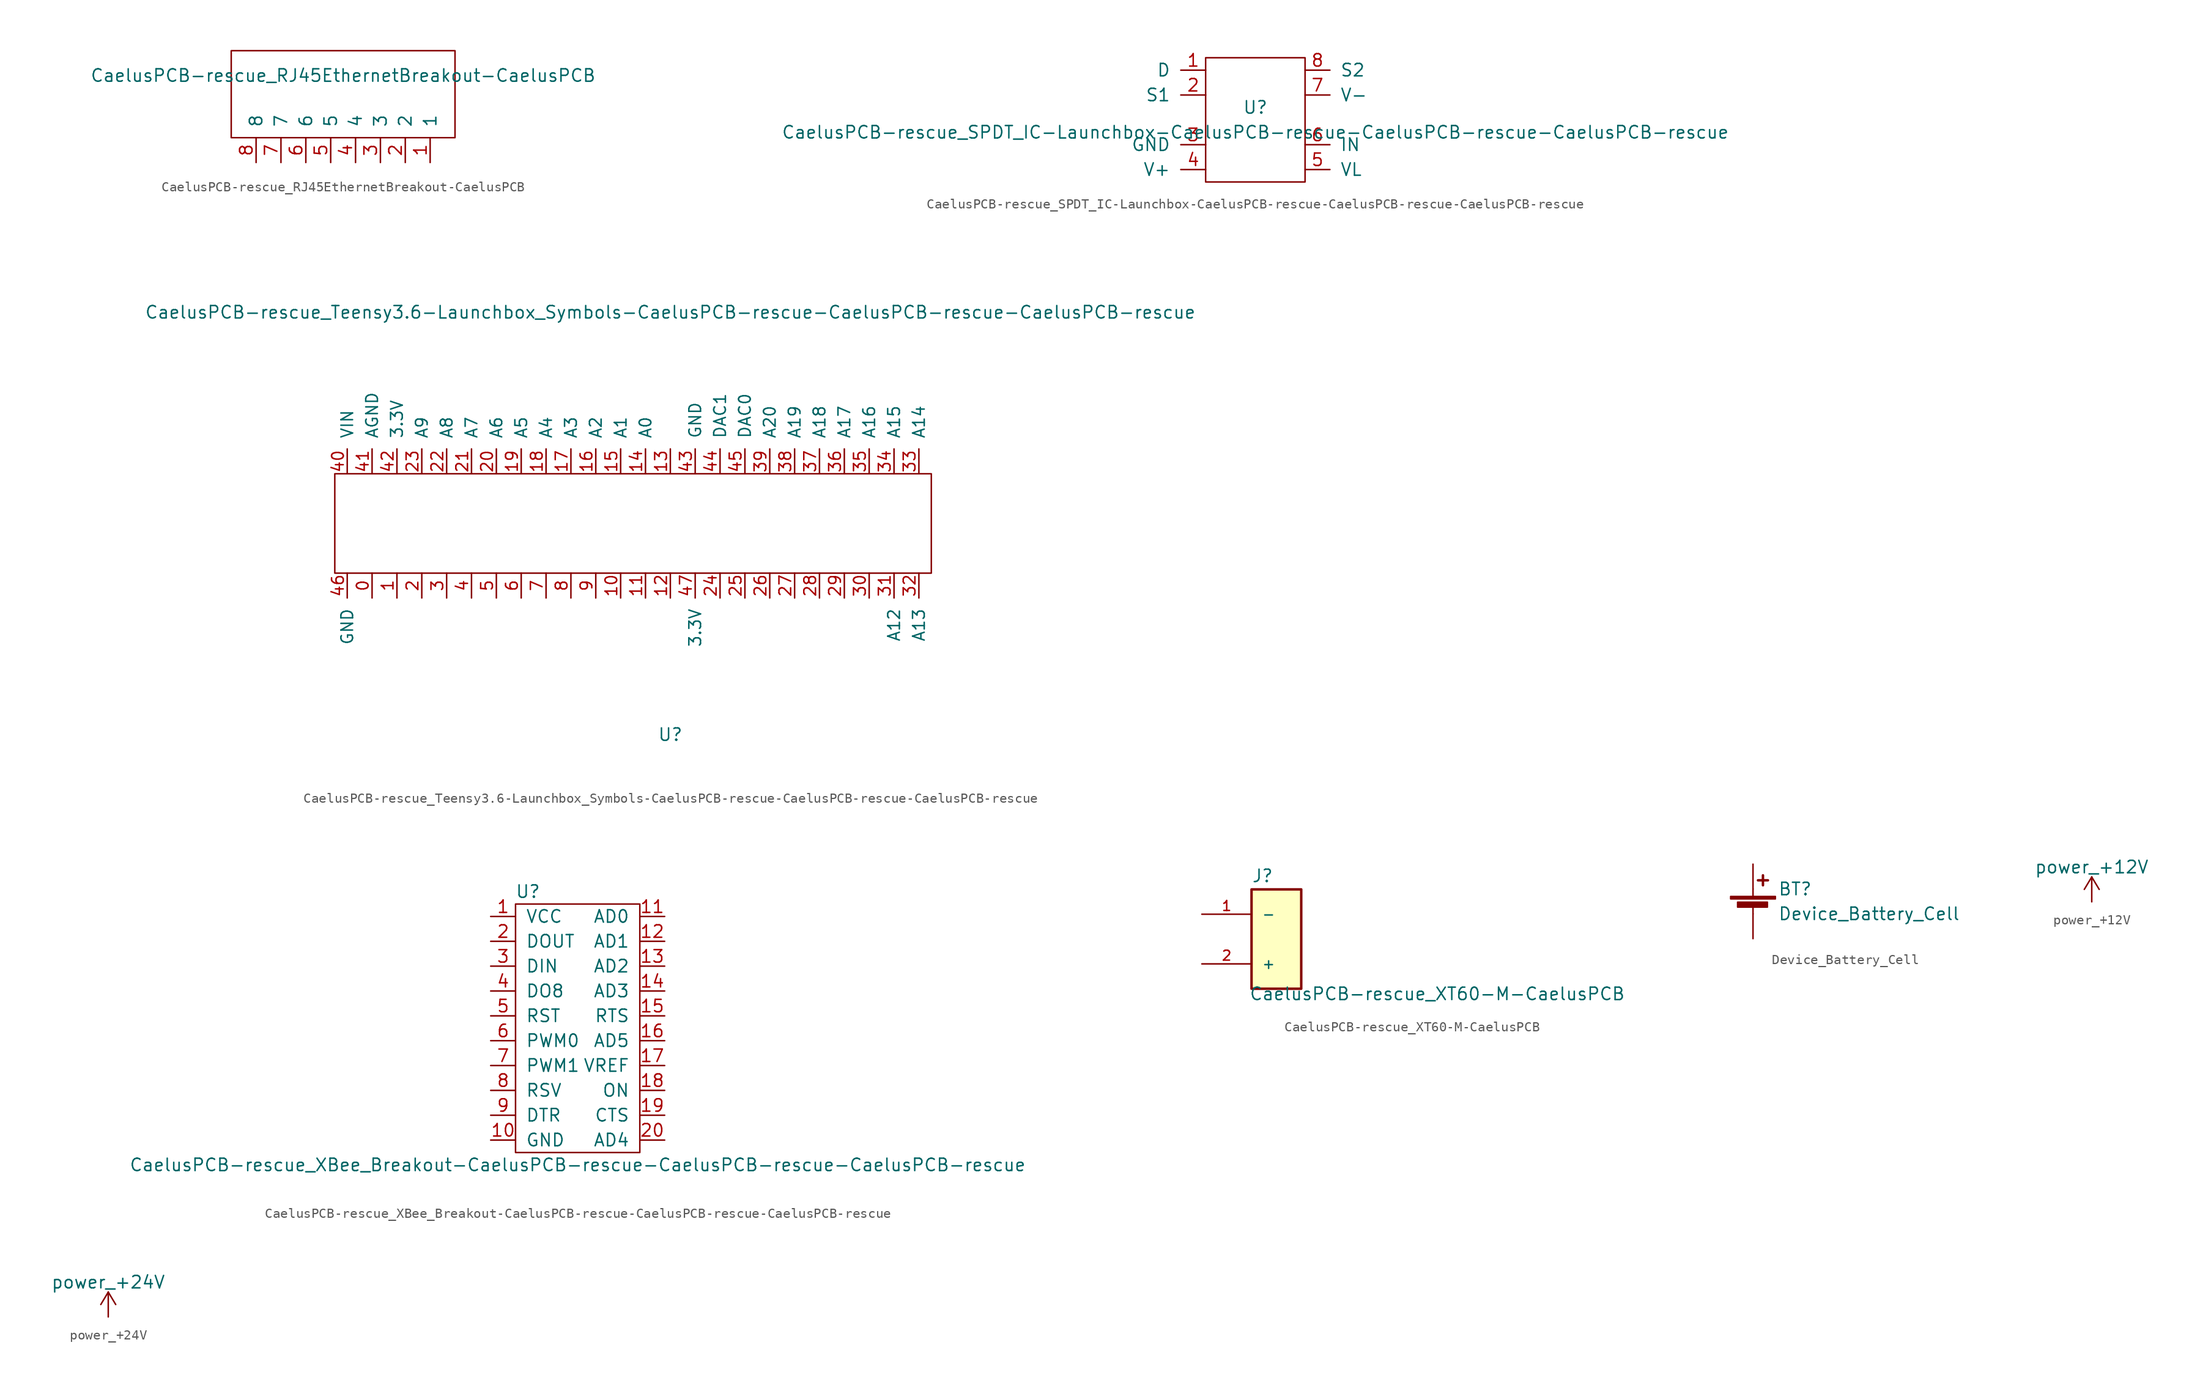
<source format=kicad_sym>
(kicad_symbol_lib
  (version 20211014)
  (generator kicad_symbol_editor)
  (symbol "CaelusPCB-rescue_RJ45EthernetBreakout-CaelusPCB"
    (pin_names
      (offset 1.016))
    (property "Reference" "Ayo"
      (at 0 1.27 0)
      (effects (font (size 1.27 1.27)) hide))
    (property "Value" "CaelusPCB-rescue_RJ45EthernetBreakout-CaelusPCB"
      (at 11.43 -2.54 0)
      (effects (font (size 1.27 1.27))))
    (symbol "CaelusPCB-rescue_RJ45EthernetBreakout-CaelusPCB_0_1"
      (polyline (pts (xy 0 0) (xy 22.86 0) (xy 22.86 -8.89) (xy 0 -8.89) (xy 0 0)) (stroke (width 0) (type default) (color 0 0 0 0)) (fill (type none))))
    (symbol "CaelusPCB-rescue_RJ45EthernetBreakout-CaelusPCB_1_1"
      (pin output line (at 20.32 -11.43 90) (length 2.54) (name "1" (effects (font (size 1.27 1.27)))) (number "1" (effects (font (size 1.27 1.27)))))
      (pin output line (at 17.78 -11.43 90) (length 2.54) (name "2" (effects (font (size 1.27 1.27)))) (number "2" (effects (font (size 1.27 1.27)))))
      (pin output line (at 15.24 -11.43 90) (length 2.54) (name "3" (effects (font (size 1.27 1.27)))) (number "3" (effects (font (size 1.27 1.27)))))
      (pin output line (at 12.7 -11.43 90) (length 2.54) (name "4" (effects (font (size 1.27 1.27)))) (number "4" (effects (font (size 1.27 1.27)))))
      (pin output line (at 10.16 -11.43 90) (length 2.54) (name "5" (effects (font (size 1.27 1.27)))) (number "5" (effects (font (size 1.27 1.27)))))
      (pin output line (at 7.62 -11.43 90) (length 2.54) (name "6" (effects (font (size 1.27 1.27)))) (number "6" (effects (font (size 1.27 1.27)))))
      (pin output line (at 5.08 -11.43 90) (length 2.54) (name "7" (effects (font (size 1.27 1.27)))) (number "7" (effects (font (size 1.27 1.27)))))
      (pin output line (at 2.54 -11.43 90) (length 2.54) (name "8" (effects (font (size 1.27 1.27)))) (number "8" (effects (font (size 1.27 1.27)))))))
  (symbol "CaelusPCB-rescue_SPDT_IC-Launchbox-CaelusPCB-rescue-CaelusPCB-rescue-CaelusPCB-rescue"
    (pin_names
      (offset 1.016))
    (property "Reference" "U"
      (at 0 1.27 0)
      (effects (font (size 1.27 1.27))))
    (property "Value" "CaelusPCB-rescue_SPDT_IC-Launchbox-CaelusPCB-rescue-CaelusPCB-rescue-CaelusPCB-rescue"
      (at 0 -1.27 0)
      (effects (font (size 1.27 1.27))))
    (symbol "CaelusPCB-rescue_SPDT_IC-Launchbox-CaelusPCB-rescue-CaelusPCB-rescue-CaelusPCB-rescue_0_1"
      (rectangle (start -5.08 6.35) (end 5.08 -6.35) (stroke (width 0) (type default) (color 0 0 0 0)) (fill (type none))))
    (symbol "CaelusPCB-rescue_SPDT_IC-Launchbox-CaelusPCB-rescue-CaelusPCB-rescue-CaelusPCB-rescue_1_1"
      (pin input line (at -5.08 5.08 180) (length 2.54) (name "D" (effects (font (size 1.27 1.27)))) (number "1" (effects (font (size 1.27 1.27)))))
      (pin input line (at -5.08 2.54 180) (length 2.54) (name "S1" (effects (font (size 1.27 1.27)))) (number "2" (effects (font (size 1.27 1.27)))))
      (pin input line (at -5.08 -2.54 180) (length 2.54) (name "GND" (effects (font (size 1.27 1.27)))) (number "3" (effects (font (size 1.27 1.27)))))
      (pin input line (at -5.08 -5.08 180) (length 2.54) (name "V+" (effects (font (size 1.27 1.27)))) (number "4" (effects (font (size 1.27 1.27)))))
      (pin input line (at 5.08 -5.08 0) (length 2.54) (name "VL" (effects (font (size 1.27 1.27)))) (number "5" (effects (font (size 1.27 1.27)))))
      (pin input line (at 5.08 -2.54 0) (length 2.54) (name "IN" (effects (font (size 1.27 1.27)))) (number "6" (effects (font (size 1.27 1.27)))))
      (pin input line (at 5.08 2.54 0) (length 2.54) (name "V-" (effects (font (size 1.27 1.27)))) (number "7" (effects (font (size 1.27 1.27)))))
      (pin input line (at 5.08 5.08 0) (length 2.54) (name "S2" (effects (font (size 1.27 1.27)))) (number "8" (effects (font (size 1.27 1.27)))))))
  (symbol "CaelusPCB-rescue_Teensy3.6-Launchbox_Symbols-CaelusPCB-rescue-CaelusPCB-rescue-CaelusPCB-rescue"
    (pin_names
      (offset 1.016))
    (property "Reference" "U"
      (at 0 -21.59 0)
      (effects (font (size 1.27 1.27))))
    (property "Value" "CaelusPCB-rescue_Teensy3.6-Launchbox_Symbols-CaelusPCB-rescue-CaelusPCB-rescue-CaelusPCB-rescue"
      (at 0 21.59 0)
      (effects (font (size 1.27 1.27))))
    (symbol "CaelusPCB-rescue_Teensy3.6-Launchbox_Symbols-CaelusPCB-rescue-CaelusPCB-rescue-CaelusPCB-rescue_0_1"
      (rectangle (start -34.29 5.08) (end 26.67 -5.08) (stroke (width 0) (type default) (color 0 0 0 0)) (fill (type none))))
    (symbol "CaelusPCB-rescue_Teensy3.6-Launchbox_Symbols-CaelusPCB-rescue-CaelusPCB-rescue-CaelusPCB-rescue_1_1"
      (pin input line (at -30.48 -5.08 270) (length 2.54) (name "~" (effects (font (size 1.194 1.194)))) (number "0" (effects (font (size 1.194 1.194)))))
      (pin input line (at -27.94 -5.08 270) (length 2.54) (name "~" (effects (font (size 1.194 1.194)))) (number "1" (effects (font (size 1.194 1.194)))))
      (pin input line (at -5.08 -5.08 270) (length 2.54) (name "~" (effects (font (size 1.194 1.194)))) (number "10" (effects (font (size 1.194 1.194)))))
      (pin input line (at -2.54 -5.08 270) (length 2.54) (name "~" (effects (font (size 1.194 1.194)))) (number "11" (effects (font (size 1.194 1.194)))))
      (pin input line (at 0 -5.08 270) (length 2.54) (name "~" (effects (font (size 1.194 1.194)))) (number "12" (effects (font (size 1.194 1.194)))))
      (pin input line (at 0 5.08 90) (length 2.54) (name "~" (effects (font (size 1.194 1.194)))) (number "13" (effects (font (size 1.194 1.194)))))
      (pin input line (at -2.54 5.08 90) (length 2.54) (name "A0" (effects (font (size 1.194 1.194)))) (number "14" (effects (font (size 1.194 1.194)))))
      (pin input line (at -5.08 5.08 90) (length 2.54) (name "A1" (effects (font (size 1.194 1.194)))) (number "15" (effects (font (size 1.194 1.194)))))
      (pin input line (at -7.62 5.08 90) (length 2.54) (name "A2" (effects (font (size 1.194 1.194)))) (number "16" (effects (font (size 1.194 1.194)))))
      (pin input line (at -10.16 5.08 90) (length 2.54) (name "A3" (effects (font (size 1.194 1.194)))) (number "17" (effects (font (size 1.194 1.194)))))
      (pin input line (at -12.7 5.08 90) (length 2.54) (name "A4" (effects (font (size 1.194 1.194)))) (number "18" (effects (font (size 1.194 1.194)))))
      (pin input line (at -15.24 5.08 90) (length 2.54) (name "A5" (effects (font (size 1.194 1.194)))) (number "19" (effects (font (size 1.194 1.194)))))
      (pin input line (at -25.4 -5.08 270) (length 2.54) (name "~" (effects (font (size 1.194 1.194)))) (number "2" (effects (font (size 1.194 1.194)))))
      (pin input line (at -17.78 5.08 90) (length 2.54) (name "A6" (effects (font (size 1.194 1.194)))) (number "20" (effects (font (size 1.194 1.194)))))
      (pin input line (at -20.32 5.08 90) (length 2.54) (name "A7" (effects (font (size 1.194 1.194)))) (number "21" (effects (font (size 1.194 1.194)))))
      (pin input line (at -22.86 5.08 90) (length 2.54) (name "A8" (effects (font (size 1.194 1.194)))) (number "22" (effects (font (size 1.194 1.194)))))
      (pin input line (at -25.4 5.08 90) (length 2.54) (name "A9" (effects (font (size 1.194 1.194)))) (number "23" (effects (font (size 1.194 1.194)))))
      (pin input line (at 5.08 -5.08 270) (length 2.54) (name "~" (effects (font (size 1.194 1.194)))) (number "24" (effects (font (size 1.194 1.194)))))
      (pin input line (at 7.62 -5.08 270) (length 2.54) (name "~" (effects (font (size 1.194 1.194)))) (number "25" (effects (font (size 1.194 1.194)))))
      (pin input line (at 10.16 -5.08 270) (length 2.54) (name "~" (effects (font (size 1.194 1.194)))) (number "26" (effects (font (size 1.194 1.194)))))
      (pin input line (at 12.7 -5.08 270) (length 2.54) (name "~" (effects (font (size 1.194 1.194)))) (number "27" (effects (font (size 1.194 1.194)))))
      (pin input line (at 15.24 -5.08 270) (length 2.54) (name "~" (effects (font (size 1.194 1.194)))) (number "28" (effects (font (size 1.194 1.194)))))
      (pin input line (at 17.78 -5.08 270) (length 2.54) (name "~" (effects (font (size 1.194 1.194)))) (number "29" (effects (font (size 1.194 1.194)))))
      (pin input line (at -22.86 -5.08 270) (length 2.54) (name "~" (effects (font (size 1.194 1.194)))) (number "3" (effects (font (size 1.194 1.194)))))
      (pin input line (at 20.32 -5.08 270) (length 2.54) (name "~" (effects (font (size 1.194 1.194)))) (number "30" (effects (font (size 1.194 1.194)))))
      (pin input line (at 22.86 -5.08 270) (length 2.54) (name "A12" (effects (font (size 1.194 1.194)))) (number "31" (effects (font (size 1.194 1.194)))))
      (pin input line (at 25.4 -5.08 270) (length 2.54) (name "A13" (effects (font (size 1.194 1.194)))) (number "32" (effects (font (size 1.194 1.194)))))
      (pin input line (at 25.4 5.08 90) (length 2.54) (name "A14" (effects (font (size 1.194 1.194)))) (number "33" (effects (font (size 1.194 1.194)))))
      (pin input line (at 22.86 5.08 90) (length 2.54) (name "A15" (effects (font (size 1.194 1.194)))) (number "34" (effects (font (size 1.194 1.194)))))
      (pin input line (at 20.32 5.08 90) (length 2.54) (name "A16" (effects (font (size 1.194 1.194)))) (number "35" (effects (font (size 1.194 1.194)))))
      (pin input line (at 17.78 5.08 90) (length 2.54) (name "A17" (effects (font (size 1.194 1.194)))) (number "36" (effects (font (size 1.194 1.194)))))
      (pin input line (at 15.24 5.08 90) (length 2.54) (name "A18" (effects (font (size 1.194 1.194)))) (number "37" (effects (font (size 1.194 1.194)))))
      (pin input line (at 12.7 5.08 90) (length 2.54) (name "A19" (effects (font (size 1.194 1.194)))) (number "38" (effects (font (size 1.194 1.194)))))
      (pin input line (at 10.16 5.08 90) (length 2.54) (name "A20" (effects (font (size 1.194 1.194)))) (number "39" (effects (font (size 1.194 1.194)))))
      (pin input line (at -20.32 -5.08 270) (length 2.54) (name "~" (effects (font (size 1.194 1.194)))) (number "4" (effects (font (size 1.194 1.194)))))
      (pin input line (at -33.02 5.08 90) (length 2.54) (name "VIN" (effects (font (size 1.194 1.194)))) (number "40" (effects (font (size 1.194 1.194)))))
      (pin input line (at -30.48 5.08 90) (length 2.54) (name "AGND" (effects (font (size 1.194 1.194)))) (number "41" (effects (font (size 1.194 1.194)))))
      (pin input line (at -27.94 5.08 90) (length 2.54) (name "3.3V" (effects (font (size 1.194 1.194)))) (number "42" (effects (font (size 1.194 1.194)))))
      (pin input line (at 2.54 5.08 90) (length 2.54) (name "GND" (effects (font (size 1.194 1.194)))) (number "43" (effects (font (size 1.194 1.194)))))
      (pin input line (at 5.08 5.08 90) (length 2.54) (name "DAC1" (effects (font (size 1.194 1.194)))) (number "44" (effects (font (size 1.194 1.194)))))
      (pin input line (at 7.62 5.08 90) (length 2.54) (name "DAC0" (effects (font (size 1.194 1.194)))) (number "45" (effects (font (size 1.194 1.194)))))
      (pin input line (at -33.02 -5.08 270) (length 2.54) (name "GND" (effects (font (size 1.194 1.194)))) (number "46" (effects (font (size 1.194 1.194)))))
      (pin input line (at 2.54 -5.08 270) (length 2.54) (name "3.3V" (effects (font (size 1.194 1.194)))) (number "47" (effects (font (size 1.194 1.194)))))
      (pin input line (at -17.78 -5.08 270) (length 2.54) (name "~" (effects (font (size 1.194 1.194)))) (number "5" (effects (font (size 1.194 1.194)))))
      (pin input line (at -15.24 -5.08 270) (length 2.54) (name "~" (effects (font (size 1.194 1.194)))) (number "6" (effects (font (size 1.194 1.194)))))
      (pin input line (at -12.7 -5.08 270) (length 2.54) (name "~" (effects (font (size 1.194 1.194)))) (number "7" (effects (font (size 1.194 1.194)))))
      (pin input line (at -10.16 -5.08 270) (length 2.54) (name "~" (effects (font (size 1.194 1.194)))) (number "8" (effects (font (size 1.194 1.194)))))
      (pin input line (at -7.62 -5.08 270) (length 2.54) (name "~" (effects (font (size 1.194 1.194)))) (number "9" (effects (font (size 1.194 1.194)))))))
  (symbol "CaelusPCB-rescue_XBee_Breakout-CaelusPCB-rescue-CaelusPCB-rescue-CaelusPCB-rescue"
    (pin_names
      (offset 1.016))
    (property "Reference" "U"
      (at -5.08 13.97 0)
      (effects (font (size 1.27 1.27))))
    (property "Value" "CaelusPCB-rescue_XBee_Breakout-CaelusPCB-rescue-CaelusPCB-rescue-CaelusPCB-rescue"
      (at 0 -13.97 0)
      (effects (font (size 1.27 1.27))))
    (symbol "CaelusPCB-rescue_XBee_Breakout-CaelusPCB-rescue-CaelusPCB-rescue-CaelusPCB-rescue_0_1"
      (rectangle (start -6.35 12.7) (end 6.35 -12.7) (stroke (width 0) (type default) (color 0 0 0 0)) (fill (type none))))
    (symbol "CaelusPCB-rescue_XBee_Breakout-CaelusPCB-rescue-CaelusPCB-rescue-CaelusPCB-rescue_1_1"
      (pin input line (at -8.89 11.43 0) (length 2.54) (name "VCC" (effects (font (size 1.27 1.27)))) (number "1" (effects (font (size 1.27 1.27)))))
      (pin input line (at -8.89 -11.43 0) (length 2.54) (name "GND" (effects (font (size 1.27 1.27)))) (number "10" (effects (font (size 1.27 1.27)))))
      (pin input line (at 8.89 11.43 180) (length 2.54) (name "AD0" (effects (font (size 1.27 1.27)))) (number "11" (effects (font (size 1.27 1.27)))))
      (pin input line (at 8.89 8.89 180) (length 2.54) (name "AD1" (effects (font (size 1.27 1.27)))) (number "12" (effects (font (size 1.27 1.27)))))
      (pin input line (at 8.89 6.35 180) (length 2.54) (name "AD2" (effects (font (size 1.27 1.27)))) (number "13" (effects (font (size 1.27 1.27)))))
      (pin input line (at 8.89 3.81 180) (length 2.54) (name "AD3" (effects (font (size 1.27 1.27)))) (number "14" (effects (font (size 1.27 1.27)))))
      (pin input line (at 8.89 1.27 180) (length 2.54) (name "RTS" (effects (font (size 1.27 1.27)))) (number "15" (effects (font (size 1.27 1.27)))))
      (pin input line (at 8.89 -1.27 180) (length 2.54) (name "AD5" (effects (font (size 1.27 1.27)))) (number "16" (effects (font (size 1.27 1.27)))))
      (pin input line (at 8.89 -3.81 180) (length 2.54) (name "VREF" (effects (font (size 1.27 1.27)))) (number "17" (effects (font (size 1.27 1.27)))))
      (pin input line (at 8.89 -6.35 180) (length 2.54) (name "ON" (effects (font (size 1.27 1.27)))) (number "18" (effects (font (size 1.27 1.27)))))
      (pin input line (at 8.89 -8.89 180) (length 2.54) (name "CTS" (effects (font (size 1.27 1.27)))) (number "19" (effects (font (size 1.27 1.27)))))
      (pin input line (at -8.89 8.89 0) (length 2.54) (name "DOUT" (effects (font (size 1.27 1.27)))) (number "2" (effects (font (size 1.27 1.27)))))
      (pin input line (at 8.89 -11.43 180) (length 2.54) (name "AD4" (effects (font (size 1.27 1.27)))) (number "20" (effects (font (size 1.27 1.27)))))
      (pin input line (at -8.89 6.35 0) (length 2.54) (name "DIN" (effects (font (size 1.27 1.27)))) (number "3" (effects (font (size 1.27 1.27)))))
      (pin input line (at -8.89 3.81 0) (length 2.54) (name "DO8" (effects (font (size 1.27 1.27)))) (number "4" (effects (font (size 1.27 1.27)))))
      (pin input line (at -8.89 1.27 0) (length 2.54) (name "RST" (effects (font (size 1.27 1.27)))) (number "5" (effects (font (size 1.27 1.27)))))
      (pin input line (at -8.89 -1.27 0) (length 2.54) (name "PWM0" (effects (font (size 1.27 1.27)))) (number "6" (effects (font (size 1.27 1.27)))))
      (pin input line (at -8.89 -3.81 0) (length 2.54) (name "PWM1" (effects (font (size 1.27 1.27)))) (number "7" (effects (font (size 1.27 1.27)))))
      (pin input line (at -8.89 -6.35 0) (length 2.54) (name "RSV" (effects (font (size 1.27 1.27)))) (number "8" (effects (font (size 1.27 1.27)))))
      (pin input line (at -8.89 -8.89 0) (length 2.54) (name "DTR" (effects (font (size 1.27 1.27)))) (number "9" (effects (font (size 1.27 1.27)))))))
  (symbol "CaelusPCB-rescue_XT60-M-CaelusPCB"
    (pin_names
      (offset 1.016))
    (property "Reference" "J"
      (at -2.54 5.715 0)
      (effects (font (size 1.27 1.27)) (justify left bottom)))
    (property "Value" "CaelusPCB-rescue_XT60-M-CaelusPCB"
      (at -2.794 -6.35 0)
      (effects (font (size 1.27 1.27)) (justify left bottom)))
    (property "ki_locked" ""
      (at 0 0 0)
      (effects (font (size 1.27 1.27))))
    (symbol "CaelusPCB-rescue_XT60-M-CaelusPCB_0_0"
      (rectangle (start -2.54 -5.08) (end 2.54 5.08) (stroke (width 0.254) (type default) (color 0 0 0 0)) (fill (type background)))
      (pin passive line (at -7.62 2.54 0) (length 5.08) (name "-" (effects (font (size 1.016 1.016)))) (number "1" (effects (font (size 1.016 1.016)))))
      (pin passive line (at -7.62 -2.54 0) (length 5.08) (name "+" (effects (font (size 1.016 1.016)))) (number "2" (effects (font (size 1.016 1.016)))))))
  (symbol "Device_Battery_Cell"
    (pin_numbers hide)
    (pin_names
      (offset 0) hide)
    (property "Reference" "BT"
      (at 2.54 2.54 0)
      (effects (font (size 1.27 1.27)) (justify left)))
    (property "Value" "Device_Battery_Cell"
      (at 2.54 0 0)
      (effects (font (size 1.27 1.27)) (justify left)))
    (symbol "Device_Battery_Cell_0_1"
      (rectangle (start -2.286 1.778) (end 2.286 1.524) (stroke (width 0) (type default) (color 0 0 0 0)) (fill (type outline)))
      (rectangle (start -1.575 1.194) (end 1.473 0.686) (stroke (width 0) (type default) (color 0 0 0 0)) (fill (type outline)))
      (polyline (pts (xy 0 0.762) (xy 0 0)) (stroke (width 0) (type default) (color 0 0 0 0)) (fill (type none)))
      (polyline (pts (xy 0 1.778) (xy 0 2.54)) (stroke (width 0) (type default) (color 0 0 0 0)) (fill (type none)))
      (polyline (pts (xy 0.508 3.429) (xy 1.524 3.429)) (stroke (width 0.254) (type default) (color 0 0 0 0)) (fill (type none)))
      (polyline (pts (xy 1.016 3.937) (xy 1.016 2.921)) (stroke (width 0.254) (type default) (color 0 0 0 0)) (fill (type none))))
    (symbol "Device_Battery_Cell_1_1"
      (pin passive line (at 0 5.08 270) (length 2.54) (name "+" (effects (font (size 1.27 1.27)))) (number "1" (effects (font (size 1.27 1.27)))))
      (pin passive line (at 0 -2.54 90) (length 2.54) (name "-" (effects (font (size 1.27 1.27)))) (number "2" (effects (font (size 1.27 1.27)))))))
  (symbol "power_+12V"
    (power)
    (pin_names
      (offset 0))
    (property "Reference" "#PWR"
      (at 0 -3.81 0)
      (effects (font (size 1.27 1.27)) hide))
    (property "Value" "power_+12V"
      (at 0 3.556 0)
      (effects (font (size 1.27 1.27))))
    (symbol "power_+12V_0_1"
      (polyline (pts (xy -0.762 1.27) (xy 0 2.54)) (stroke (width 0) (type default) (color 0 0 0 0)) (fill (type none)))
      (polyline (pts (xy 0 0) (xy 0 2.54)) (stroke (width 0) (type default) (color 0 0 0 0)) (fill (type none)))
      (polyline (pts (xy 0 2.54) (xy 0.762 1.27)) (stroke (width 0) (type default) (color 0 0 0 0)) (fill (type none))))
    (symbol "power_+12V_1_1"
      (pin power_in line (at 0 0 90) (length 0) hide (name "+12V" (effects (font (size 1.27 1.27)))) (number "1" (effects (font (size 1.27 1.27)))))))
  (symbol "power_+24V"
    (power)
    (pin_names
      (offset 0))
    (property "Reference" "#PWR"
      (at 0 -3.81 0)
      (effects (font (size 1.27 1.27)) hide))
    (property "Value" "power_+24V"
      (at 0 3.556 0)
      (effects (font (size 1.27 1.27))))
    (symbol "power_+24V_0_1"
      (polyline (pts (xy -0.762 1.27) (xy 0 2.54)) (stroke (width 0) (type default) (color 0 0 0 0)) (fill (type none)))
      (polyline (pts (xy 0 0) (xy 0 2.54)) (stroke (width 0) (type default) (color 0 0 0 0)) (fill (type none)))
      (polyline (pts (xy 0 2.54) (xy 0.762 1.27)) (stroke (width 0) (type default) (color 0 0 0 0)) (fill (type none))))
    (symbol "power_+24V_1_1"
      (pin power_in line (at 0 0 90) (length 0) hide (name "+24V" (effects (font (size 1.27 1.27)))) (number "1" (effects (font (size 1.27 1.27))))))))
</source>
